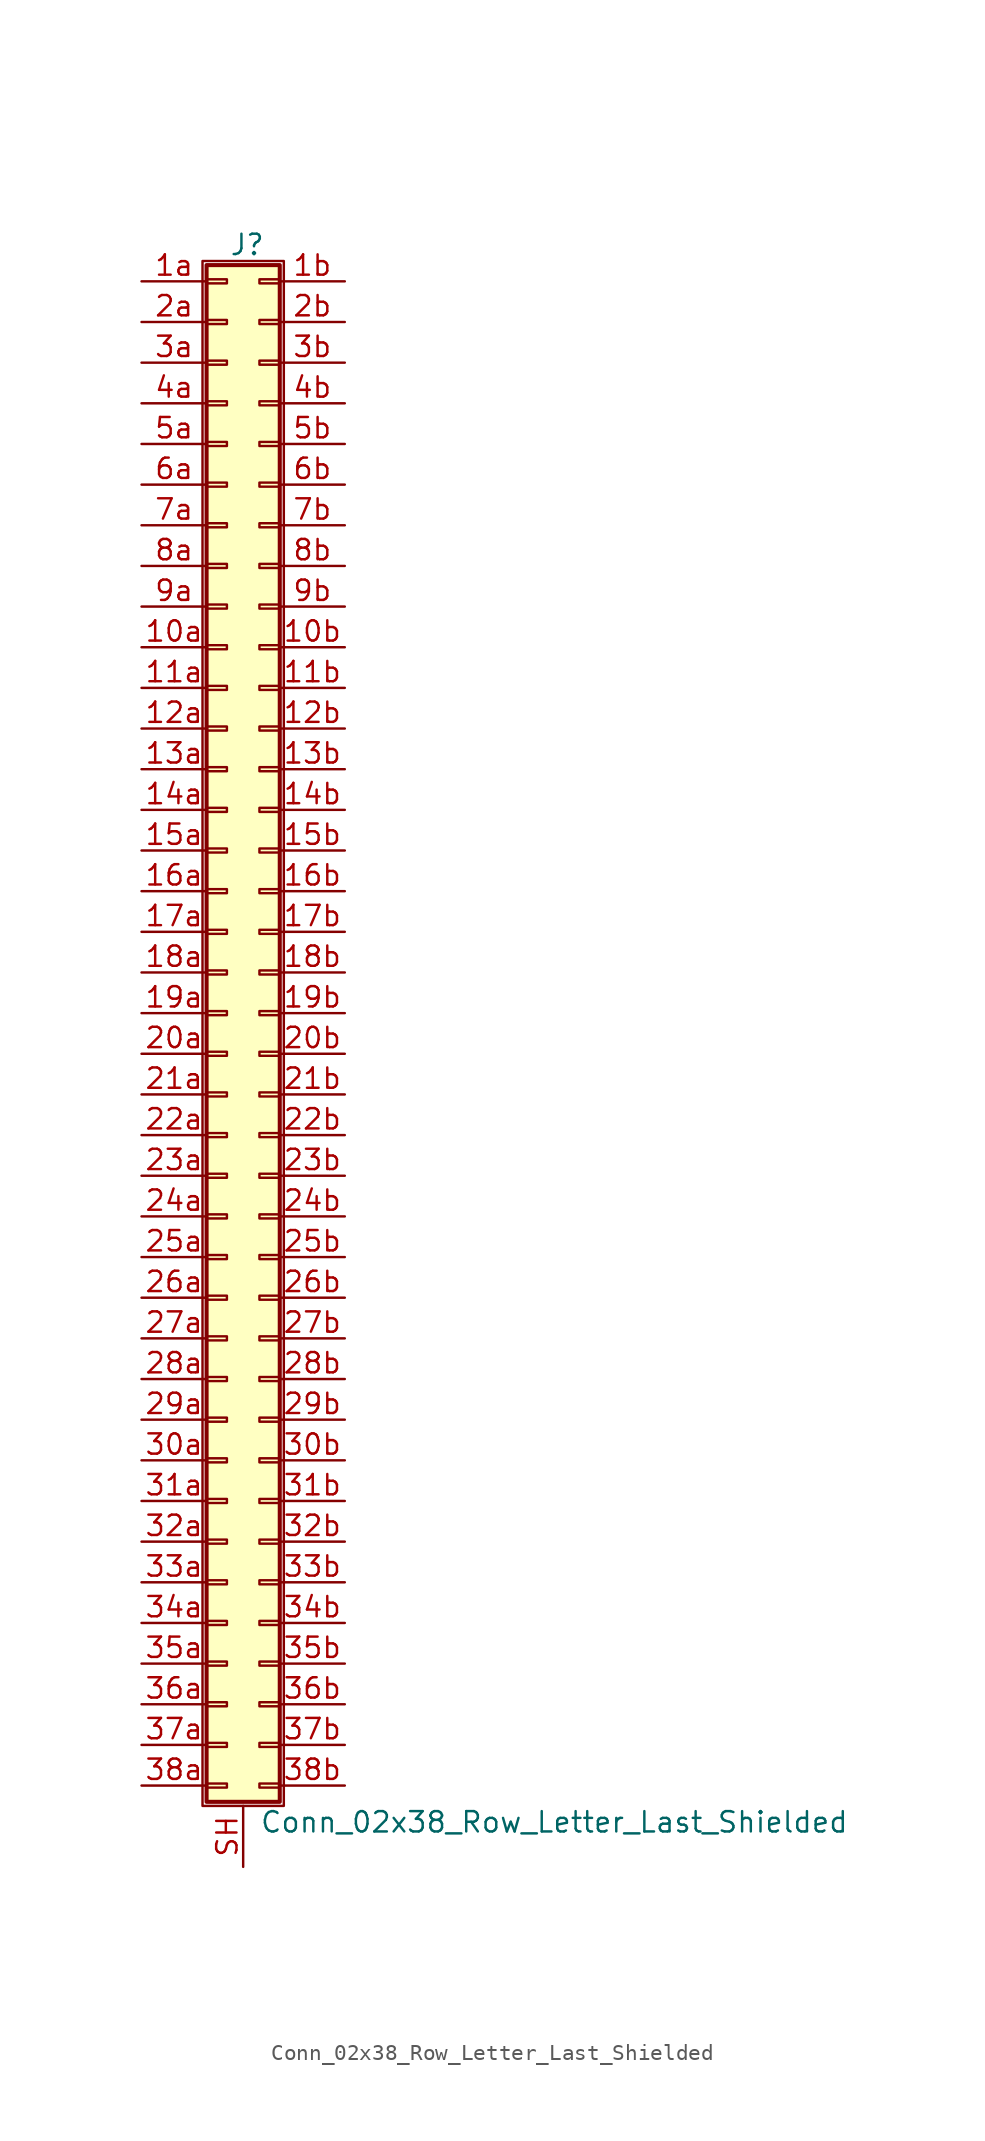
<source format=kicad_sym>
(kicad_symbol_lib
  (version 20220914)
  (generator kicad_symbol_editor)
  (symbol "Conn_02x38_Row_Letter_Last_Shielded"
    (pin_names
      (offset 1.016) hide)
    (property "Reference" "J"
      (at 1.524 48.006 0)
      (effects (font (size 1.27 1.27))))
    (property "Value" "Conn_02x38_Row_Letter_Last_Shielded"
      (at 2.286 -50.546 0)
      (effects (font (size 1.27 1.27)) (justify left)))
    (symbol "Conn_02x38_Row_Letter_Last_Shielded_1_1"
      (rectangle (start -1.27 46.99) (end 3.81 -49.53) (stroke (width 0.152) (type default)) (fill (type none)))
      (rectangle (start -1.016 -48.133) (end 0.254 -48.387) (stroke (width 0.152) (type default)) (fill (type none)))
      (rectangle (start -1.016 -45.593) (end 0.254 -45.847) (stroke (width 0.152) (type default)) (fill (type none)))
      (rectangle (start -1.016 -43.053) (end 0.254 -43.307) (stroke (width 0.152) (type default)) (fill (type none)))
      (rectangle (start -1.016 -40.513) (end 0.254 -40.767) (stroke (width 0.152) (type default)) (fill (type none)))
      (rectangle (start -1.016 -37.973) (end 0.254 -38.227) (stroke (width 0.152) (type default)) (fill (type none)))
      (rectangle (start -1.016 -35.433) (end 0.254 -35.687) (stroke (width 0.152) (type default)) (fill (type none)))
      (rectangle (start -1.016 -32.893) (end 0.254 -33.147) (stroke (width 0.152) (type default)) (fill (type none)))
      (rectangle (start -1.016 -30.353) (end 0.254 -30.607) (stroke (width 0.152) (type default)) (fill (type none)))
      (rectangle (start -1.016 -27.813) (end 0.254 -28.067) (stroke (width 0.152) (type default)) (fill (type none)))
      (rectangle (start -1.016 -25.273) (end 0.254 -25.527) (stroke (width 0.152) (type default)) (fill (type none)))
      (rectangle (start -1.016 -22.733) (end 0.254 -22.987) (stroke (width 0.152) (type default)) (fill (type none)))
      (rectangle (start -1.016 -20.193) (end 0.254 -20.447) (stroke (width 0.152) (type default)) (fill (type none)))
      (rectangle (start -1.016 -17.653) (end 0.254 -17.907) (stroke (width 0.152) (type default)) (fill (type none)))
      (rectangle (start -1.016 -15.113) (end 0.254 -15.367) (stroke (width 0.152) (type default)) (fill (type none)))
      (rectangle (start -1.016 -12.573) (end 0.254 -12.827) (stroke (width 0.152) (type default)) (fill (type none)))
      (rectangle (start -1.016 -10.033) (end 0.254 -10.287) (stroke (width 0.152) (type default)) (fill (type none)))
      (rectangle (start -1.016 -7.493) (end 0.254 -7.747) (stroke (width 0.152) (type default)) (fill (type none)))
      (rectangle (start -1.016 -4.953) (end 0.254 -5.207) (stroke (width 0.152) (type default)) (fill (type none)))
      (rectangle (start -1.016 -2.413) (end 0.254 -2.667) (stroke (width 0.152) (type default)) (fill (type none)))
      (rectangle (start -1.016 0.127) (end 0.254 -0.127) (stroke (width 0.152) (type default)) (fill (type none)))
      (rectangle (start -1.016 2.667) (end 0.254 2.413) (stroke (width 0.152) (type default)) (fill (type none)))
      (rectangle (start -1.016 5.207) (end 0.254 4.953) (stroke (width 0.152) (type default)) (fill (type none)))
      (rectangle (start -1.016 7.747) (end 0.254 7.493) (stroke (width 0.152) (type default)) (fill (type none)))
      (rectangle (start -1.016 10.287) (end 0.254 10.033) (stroke (width 0.152) (type default)) (fill (type none)))
      (rectangle (start -1.016 12.827) (end 0.254 12.573) (stroke (width 0.152) (type default)) (fill (type none)))
      (rectangle (start -1.016 15.367) (end 0.254 15.113) (stroke (width 0.152) (type default)) (fill (type none)))
      (rectangle (start -1.016 17.907) (end 0.254 17.653) (stroke (width 0.152) (type default)) (fill (type none)))
      (rectangle (start -1.016 20.447) (end 0.254 20.193) (stroke (width 0.152) (type default)) (fill (type none)))
      (rectangle (start -1.016 22.987) (end 0.254 22.733) (stroke (width 0.152) (type default)) (fill (type none)))
      (rectangle (start -1.016 25.527) (end 0.254 25.273) (stroke (width 0.152) (type default)) (fill (type none)))
      (rectangle (start -1.016 28.067) (end 0.254 27.813) (stroke (width 0.152) (type default)) (fill (type none)))
      (rectangle (start -1.016 30.607) (end 0.254 30.353) (stroke (width 0.152) (type default)) (fill (type none)))
      (rectangle (start -1.016 33.147) (end 0.254 32.893) (stroke (width 0.152) (type default)) (fill (type none)))
      (rectangle (start -1.016 35.687) (end 0.254 35.433) (stroke (width 0.152) (type default)) (fill (type none)))
      (rectangle (start -1.016 38.227) (end 0.254 37.973) (stroke (width 0.152) (type default)) (fill (type none)))
      (rectangle (start -1.016 40.767) (end 0.254 40.513) (stroke (width 0.152) (type default)) (fill (type none)))
      (rectangle (start -1.016 43.307) (end 0.254 43.053) (stroke (width 0.152) (type default)) (fill (type none)))
      (rectangle (start -1.016 45.847) (end 0.254 45.593) (stroke (width 0.152) (type default)) (fill (type none)))
      (rectangle (start -1.016 46.736) (end 3.556 -49.276) (stroke (width 0.254) (type default)) (fill (type background)))
      (rectangle (start 3.556 -48.133) (end 2.286 -48.387) (stroke (width 0.152) (type default)) (fill (type none)))
      (rectangle (start 3.556 -45.593) (end 2.286 -45.847) (stroke (width 0.152) (type default)) (fill (type none)))
      (rectangle (start 3.556 -43.053) (end 2.286 -43.307) (stroke (width 0.152) (type default)) (fill (type none)))
      (rectangle (start 3.556 -40.513) (end 2.286 -40.767) (stroke (width 0.152) (type default)) (fill (type none)))
      (rectangle (start 3.556 -37.973) (end 2.286 -38.227) (stroke (width 0.152) (type default)) (fill (type none)))
      (rectangle (start 3.556 -35.433) (end 2.286 -35.687) (stroke (width 0.152) (type default)) (fill (type none)))
      (rectangle (start 3.556 -32.893) (end 2.286 -33.147) (stroke (width 0.152) (type default)) (fill (type none)))
      (rectangle (start 3.556 -30.353) (end 2.286 -30.607) (stroke (width 0.152) (type default)) (fill (type none)))
      (rectangle (start 3.556 -27.813) (end 2.286 -28.067) (stroke (width 0.152) (type default)) (fill (type none)))
      (rectangle (start 3.556 -25.273) (end 2.286 -25.527) (stroke (width 0.152) (type default)) (fill (type none)))
      (rectangle (start 3.556 -22.733) (end 2.286 -22.987) (stroke (width 0.152) (type default)) (fill (type none)))
      (rectangle (start 3.556 -20.193) (end 2.286 -20.447) (stroke (width 0.152) (type default)) (fill (type none)))
      (rectangle (start 3.556 -17.653) (end 2.286 -17.907) (stroke (width 0.152) (type default)) (fill (type none)))
      (rectangle (start 3.556 -15.113) (end 2.286 -15.367) (stroke (width 0.152) (type default)) (fill (type none)))
      (rectangle (start 3.556 -12.573) (end 2.286 -12.827) (stroke (width 0.152) (type default)) (fill (type none)))
      (rectangle (start 3.556 -10.033) (end 2.286 -10.287) (stroke (width 0.152) (type default)) (fill (type none)))
      (rectangle (start 3.556 -7.493) (end 2.286 -7.747) (stroke (width 0.152) (type default)) (fill (type none)))
      (rectangle (start 3.556 -4.953) (end 2.286 -5.207) (stroke (width 0.152) (type default)) (fill (type none)))
      (rectangle (start 3.556 -2.413) (end 2.286 -2.667) (stroke (width 0.152) (type default)) (fill (type none)))
      (rectangle (start 3.556 0.127) (end 2.286 -0.127) (stroke (width 0.152) (type default)) (fill (type none)))
      (rectangle (start 3.556 2.667) (end 2.286 2.413) (stroke (width 0.152) (type default)) (fill (type none)))
      (rectangle (start 3.556 5.207) (end 2.286 4.953) (stroke (width 0.152) (type default)) (fill (type none)))
      (rectangle (start 3.556 7.747) (end 2.286 7.493) (stroke (width 0.152) (type default)) (fill (type none)))
      (rectangle (start 3.556 10.287) (end 2.286 10.033) (stroke (width 0.152) (type default)) (fill (type none)))
      (rectangle (start 3.556 12.827) (end 2.286 12.573) (stroke (width 0.152) (type default)) (fill (type none)))
      (rectangle (start 3.556 15.367) (end 2.286 15.113) (stroke (width 0.152) (type default)) (fill (type none)))
      (rectangle (start 3.556 17.907) (end 2.286 17.653) (stroke (width 0.152) (type default)) (fill (type none)))
      (rectangle (start 3.556 20.447) (end 2.286 20.193) (stroke (width 0.152) (type default)) (fill (type none)))
      (rectangle (start 3.556 22.987) (end 2.286 22.733) (stroke (width 0.152) (type default)) (fill (type none)))
      (rectangle (start 3.556 25.527) (end 2.286 25.273) (stroke (width 0.152) (type default)) (fill (type none)))
      (rectangle (start 3.556 28.067) (end 2.286 27.813) (stroke (width 0.152) (type default)) (fill (type none)))
      (rectangle (start 3.556 30.607) (end 2.286 30.353) (stroke (width 0.152) (type default)) (fill (type none)))
      (rectangle (start 3.556 33.147) (end 2.286 32.893) (stroke (width 0.152) (type default)) (fill (type none)))
      (rectangle (start 3.556 35.687) (end 2.286 35.433) (stroke (width 0.152) (type default)) (fill (type none)))
      (rectangle (start 3.556 38.227) (end 2.286 37.973) (stroke (width 0.152) (type default)) (fill (type none)))
      (rectangle (start 3.556 40.767) (end 2.286 40.513) (stroke (width 0.152) (type default)) (fill (type none)))
      (rectangle (start 3.556 43.307) (end 2.286 43.053) (stroke (width 0.152) (type default)) (fill (type none)))
      (rectangle (start 3.556 45.847) (end 2.286 45.593) (stroke (width 0.152) (type default)) (fill (type none)))
      (pin passive line (at -5.08 22.86 0) (length 4.064) (name "Pin_10a" (effects (font (size 1.27 1.27)))) (number "10a" (effects (font (size 1.27 1.27)))))
      (pin passive line (at 7.62 22.86 180) (length 4.064) (name "Pin_10b" (effects (font (size 1.27 1.27)))) (number "10b" (effects (font (size 1.27 1.27)))))
      (pin passive line (at -5.08 20.32 0) (length 4.064) (name "Pin_11a" (effects (font (size 1.27 1.27)))) (number "11a" (effects (font (size 1.27 1.27)))))
      (pin passive line (at 7.62 20.32 180) (length 4.064) (name "Pin_11b" (effects (font (size 1.27 1.27)))) (number "11b" (effects (font (size 1.27 1.27)))))
      (pin passive line (at -5.08 17.78 0) (length 4.064) (name "Pin_12a" (effects (font (size 1.27 1.27)))) (number "12a" (effects (font (size 1.27 1.27)))))
      (pin passive line (at 7.62 17.78 180) (length 4.064) (name "Pin_12b" (effects (font (size 1.27 1.27)))) (number "12b" (effects (font (size 1.27 1.27)))))
      (pin passive line (at -5.08 15.24 0) (length 4.064) (name "Pin_13a" (effects (font (size 1.27 1.27)))) (number "13a" (effects (font (size 1.27 1.27)))))
      (pin passive line (at 7.62 15.24 180) (length 4.064) (name "Pin_13b" (effects (font (size 1.27 1.27)))) (number "13b" (effects (font (size 1.27 1.27)))))
      (pin passive line (at -5.08 12.7 0) (length 4.064) (name "Pin_14a" (effects (font (size 1.27 1.27)))) (number "14a" (effects (font (size 1.27 1.27)))))
      (pin passive line (at 7.62 12.7 180) (length 4.064) (name "Pin_14b" (effects (font (size 1.27 1.27)))) (number "14b" (effects (font (size 1.27 1.27)))))
      (pin passive line (at -5.08 10.16 0) (length 4.064) (name "Pin_15a" (effects (font (size 1.27 1.27)))) (number "15a" (effects (font (size 1.27 1.27)))))
      (pin passive line (at 7.62 10.16 180) (length 4.064) (name "Pin_15b" (effects (font (size 1.27 1.27)))) (number "15b" (effects (font (size 1.27 1.27)))))
      (pin passive line (at -5.08 7.62 0) (length 4.064) (name "Pin_16a" (effects (font (size 1.27 1.27)))) (number "16a" (effects (font (size 1.27 1.27)))))
      (pin passive line (at 7.62 7.62 180) (length 4.064) (name "Pin_16b" (effects (font (size 1.27 1.27)))) (number "16b" (effects (font (size 1.27 1.27)))))
      (pin passive line (at -5.08 5.08 0) (length 4.064) (name "Pin_17a" (effects (font (size 1.27 1.27)))) (number "17a" (effects (font (size 1.27 1.27)))))
      (pin passive line (at 7.62 5.08 180) (length 4.064) (name "Pin_17b" (effects (font (size 1.27 1.27)))) (number "17b" (effects (font (size 1.27 1.27)))))
      (pin passive line (at -5.08 2.54 0) (length 4.064) (name "Pin_18a" (effects (font (size 1.27 1.27)))) (number "18a" (effects (font (size 1.27 1.27)))))
      (pin passive line (at 7.62 2.54 180) (length 4.064) (name "Pin_18b" (effects (font (size 1.27 1.27)))) (number "18b" (effects (font (size 1.27 1.27)))))
      (pin passive line (at -5.08 0 0) (length 4.064) (name "Pin_19a" (effects (font (size 1.27 1.27)))) (number "19a" (effects (font (size 1.27 1.27)))))
      (pin passive line (at 7.62 0 180) (length 4.064) (name "Pin_19b" (effects (font (size 1.27 1.27)))) (number "19b" (effects (font (size 1.27 1.27)))))
      (pin passive line (at -5.08 45.72 0) (length 4.064) (name "Pin_1a" (effects (font (size 1.27 1.27)))) (number "1a" (effects (font (size 1.27 1.27)))))
      (pin passive line (at 7.62 45.72 180) (length 4.064) (name "Pin_1b" (effects (font (size 1.27 1.27)))) (number "1b" (effects (font (size 1.27 1.27)))))
      (pin passive line (at -5.08 -2.54 0) (length 4.064) (name "Pin_20a" (effects (font (size 1.27 1.27)))) (number "20a" (effects (font (size 1.27 1.27)))))
      (pin passive line (at 7.62 -2.54 180) (length 4.064) (name "Pin_20b" (effects (font (size 1.27 1.27)))) (number "20b" (effects (font (size 1.27 1.27)))))
      (pin passive line (at -5.08 -5.08 0) (length 4.064) (name "Pin_21a" (effects (font (size 1.27 1.27)))) (number "21a" (effects (font (size 1.27 1.27)))))
      (pin passive line (at 7.62 -5.08 180) (length 4.064) (name "Pin_21b" (effects (font (size 1.27 1.27)))) (number "21b" (effects (font (size 1.27 1.27)))))
      (pin passive line (at -5.08 -7.62 0) (length 4.064) (name "Pin_22a" (effects (font (size 1.27 1.27)))) (number "22a" (effects (font (size 1.27 1.27)))))
      (pin passive line (at 7.62 -7.62 180) (length 4.064) (name "Pin_22b" (effects (font (size 1.27 1.27)))) (number "22b" (effects (font (size 1.27 1.27)))))
      (pin passive line (at -5.08 -10.16 0) (length 4.064) (name "Pin_23a" (effects (font (size 1.27 1.27)))) (number "23a" (effects (font (size 1.27 1.27)))))
      (pin passive line (at 7.62 -10.16 180) (length 4.064) (name "Pin_23b" (effects (font (size 1.27 1.27)))) (number "23b" (effects (font (size 1.27 1.27)))))
      (pin passive line (at -5.08 -12.7 0) (length 4.064) (name "Pin_24a" (effects (font (size 1.27 1.27)))) (number "24a" (effects (font (size 1.27 1.27)))))
      (pin passive line (at 7.62 -12.7 180) (length 4.064) (name "Pin_24b" (effects (font (size 1.27 1.27)))) (number "24b" (effects (font (size 1.27 1.27)))))
      (pin passive line (at -5.08 -15.24 0) (length 4.064) (name "Pin_25a" (effects (font (size 1.27 1.27)))) (number "25a" (effects (font (size 1.27 1.27)))))
      (pin passive line (at 7.62 -15.24 180) (length 4.064) (name "Pin_25b" (effects (font (size 1.27 1.27)))) (number "25b" (effects (font (size 1.27 1.27)))))
      (pin passive line (at -5.08 -17.78 0) (length 4.064) (name "Pin_26a" (effects (font (size 1.27 1.27)))) (number "26a" (effects (font (size 1.27 1.27)))))
      (pin passive line (at 7.62 -17.78 180) (length 4.064) (name "Pin_26b" (effects (font (size 1.27 1.27)))) (number "26b" (effects (font (size 1.27 1.27)))))
      (pin passive line (at -5.08 -20.32 0) (length 4.064) (name "Pin_27a" (effects (font (size 1.27 1.27)))) (number "27a" (effects (font (size 1.27 1.27)))))
      (pin passive line (at 7.62 -20.32 180) (length 4.064) (name "Pin_27b" (effects (font (size 1.27 1.27)))) (number "27b" (effects (font (size 1.27 1.27)))))
      (pin passive line (at -5.08 -22.86 0) (length 4.064) (name "Pin_28a" (effects (font (size 1.27 1.27)))) (number "28a" (effects (font (size 1.27 1.27)))))
      (pin passive line (at 7.62 -22.86 180) (length 4.064) (name "Pin_28b" (effects (font (size 1.27 1.27)))) (number "28b" (effects (font (size 1.27 1.27)))))
      (pin passive line (at -5.08 -25.4 0) (length 4.064) (name "Pin_29a" (effects (font (size 1.27 1.27)))) (number "29a" (effects (font (size 1.27 1.27)))))
      (pin passive line (at 7.62 -25.4 180) (length 4.064) (name "Pin_29b" (effects (font (size 1.27 1.27)))) (number "29b" (effects (font (size 1.27 1.27)))))
      (pin passive line (at -5.08 43.18 0) (length 4.064) (name "Pin_2a" (effects (font (size 1.27 1.27)))) (number "2a" (effects (font (size 1.27 1.27)))))
      (pin passive line (at 7.62 43.18 180) (length 4.064) (name "Pin_2b" (effects (font (size 1.27 1.27)))) (number "2b" (effects (font (size 1.27 1.27)))))
      (pin passive line (at -5.08 -27.94 0) (length 4.064) (name "Pin_30a" (effects (font (size 1.27 1.27)))) (number "30a" (effects (font (size 1.27 1.27)))))
      (pin passive line (at 7.62 -27.94 180) (length 4.064) (name "Pin_30b" (effects (font (size 1.27 1.27)))) (number "30b" (effects (font (size 1.27 1.27)))))
      (pin passive line (at -5.08 -30.48 0) (length 4.064) (name "Pin_31a" (effects (font (size 1.27 1.27)))) (number "31a" (effects (font (size 1.27 1.27)))))
      (pin passive line (at 7.62 -30.48 180) (length 4.064) (name "Pin_31b" (effects (font (size 1.27 1.27)))) (number "31b" (effects (font (size 1.27 1.27)))))
      (pin passive line (at -5.08 -33.02 0) (length 4.064) (name "Pin_32a" (effects (font (size 1.27 1.27)))) (number "32a" (effects (font (size 1.27 1.27)))))
      (pin passive line (at 7.62 -33.02 180) (length 4.064) (name "Pin_32b" (effects (font (size 1.27 1.27)))) (number "32b" (effects (font (size 1.27 1.27)))))
      (pin passive line (at -5.08 -35.56 0) (length 4.064) (name "Pin_33a" (effects (font (size 1.27 1.27)))) (number "33a" (effects (font (size 1.27 1.27)))))
      (pin passive line (at 7.62 -35.56 180) (length 4.064) (name "Pin_33b" (effects (font (size 1.27 1.27)))) (number "33b" (effects (font (size 1.27 1.27)))))
      (pin passive line (at -5.08 -38.1 0) (length 4.064) (name "Pin_34a" (effects (font (size 1.27 1.27)))) (number "34a" (effects (font (size 1.27 1.27)))))
      (pin passive line (at 7.62 -38.1 180) (length 4.064) (name "Pin_34b" (effects (font (size 1.27 1.27)))) (number "34b" (effects (font (size 1.27 1.27)))))
      (pin passive line (at -5.08 -40.64 0) (length 4.064) (name "Pin_35a" (effects (font (size 1.27 1.27)))) (number "35a" (effects (font (size 1.27 1.27)))))
      (pin passive line (at 7.62 -40.64 180) (length 4.064) (name "Pin_35b" (effects (font (size 1.27 1.27)))) (number "35b" (effects (font (size 1.27 1.27)))))
      (pin passive line (at -5.08 -43.18 0) (length 4.064) (name "Pin_36a" (effects (font (size 1.27 1.27)))) (number "36a" (effects (font (size 1.27 1.27)))))
      (pin passive line (at 7.62 -43.18 180) (length 4.064) (name "Pin_36b" (effects (font (size 1.27 1.27)))) (number "36b" (effects (font (size 1.27 1.27)))))
      (pin passive line (at -5.08 -45.72 0) (length 4.064) (name "Pin_37a" (effects (font (size 1.27 1.27)))) (number "37a" (effects (font (size 1.27 1.27)))))
      (pin passive line (at 7.62 -45.72 180) (length 4.064) (name "Pin_37b" (effects (font (size 1.27 1.27)))) (number "37b" (effects (font (size 1.27 1.27)))))
      (pin passive line (at -5.08 -48.26 0) (length 4.064) (name "Pin_38a" (effects (font (size 1.27 1.27)))) (number "38a" (effects (font (size 1.27 1.27)))))
      (pin passive line (at 7.62 -48.26 180) (length 4.064) (name "Pin_38b" (effects (font (size 1.27 1.27)))) (number "38b" (effects (font (size 1.27 1.27)))))
      (pin passive line (at -5.08 40.64 0) (length 4.064) (name "Pin_3a" (effects (font (size 1.27 1.27)))) (number "3a" (effects (font (size 1.27 1.27)))))
      (pin passive line (at 7.62 40.64 180) (length 4.064) (name "Pin_3b" (effects (font (size 1.27 1.27)))) (number "3b" (effects (font (size 1.27 1.27)))))
      (pin passive line (at -5.08 38.1 0) (length 4.064) (name "Pin_4a" (effects (font (size 1.27 1.27)))) (number "4a" (effects (font (size 1.27 1.27)))))
      (pin passive line (at 7.62 38.1 180) (length 4.064) (name "Pin_4b" (effects (font (size 1.27 1.27)))) (number "4b" (effects (font (size 1.27 1.27)))))
      (pin passive line (at -5.08 35.56 0) (length 4.064) (name "Pin_5a" (effects (font (size 1.27 1.27)))) (number "5a" (effects (font (size 1.27 1.27)))))
      (pin passive line (at 7.62 35.56 180) (length 4.064) (name "Pin_5b" (effects (font (size 1.27 1.27)))) (number "5b" (effects (font (size 1.27 1.27)))))
      (pin passive line (at -5.08 33.02 0) (length 4.064) (name "Pin_6a" (effects (font (size 1.27 1.27)))) (number "6a" (effects (font (size 1.27 1.27)))))
      (pin passive line (at 7.62 33.02 180) (length 4.064) (name "Pin_6b" (effects (font (size 1.27 1.27)))) (number "6b" (effects (font (size 1.27 1.27)))))
      (pin passive line (at -5.08 30.48 0) (length 4.064) (name "Pin_7a" (effects (font (size 1.27 1.27)))) (number "7a" (effects (font (size 1.27 1.27)))))
      (pin passive line (at 7.62 30.48 180) (length 4.064) (name "Pin_7b" (effects (font (size 1.27 1.27)))) (number "7b" (effects (font (size 1.27 1.27)))))
      (pin passive line (at -5.08 27.94 0) (length 4.064) (name "Pin_8a" (effects (font (size 1.27 1.27)))) (number "8a" (effects (font (size 1.27 1.27)))))
      (pin passive line (at 7.62 27.94 180) (length 4.064) (name "Pin_8b" (effects (font (size 1.27 1.27)))) (number "8b" (effects (font (size 1.27 1.27)))))
      (pin passive line (at -5.08 25.4 0) (length 4.064) (name "Pin_9a" (effects (font (size 1.27 1.27)))) (number "9a" (effects (font (size 1.27 1.27)))))
      (pin passive line (at 7.62 25.4 180) (length 4.064) (name "Pin_9b" (effects (font (size 1.27 1.27)))) (number "9b" (effects (font (size 1.27 1.27)))))
      (pin passive line (at 1.27 -53.34 90) (length 3.81) (name "Shield" (effects (font (size 1.27 1.27)))) (number "SH" (effects (font (size 1.27 1.27))))))))
</source>
